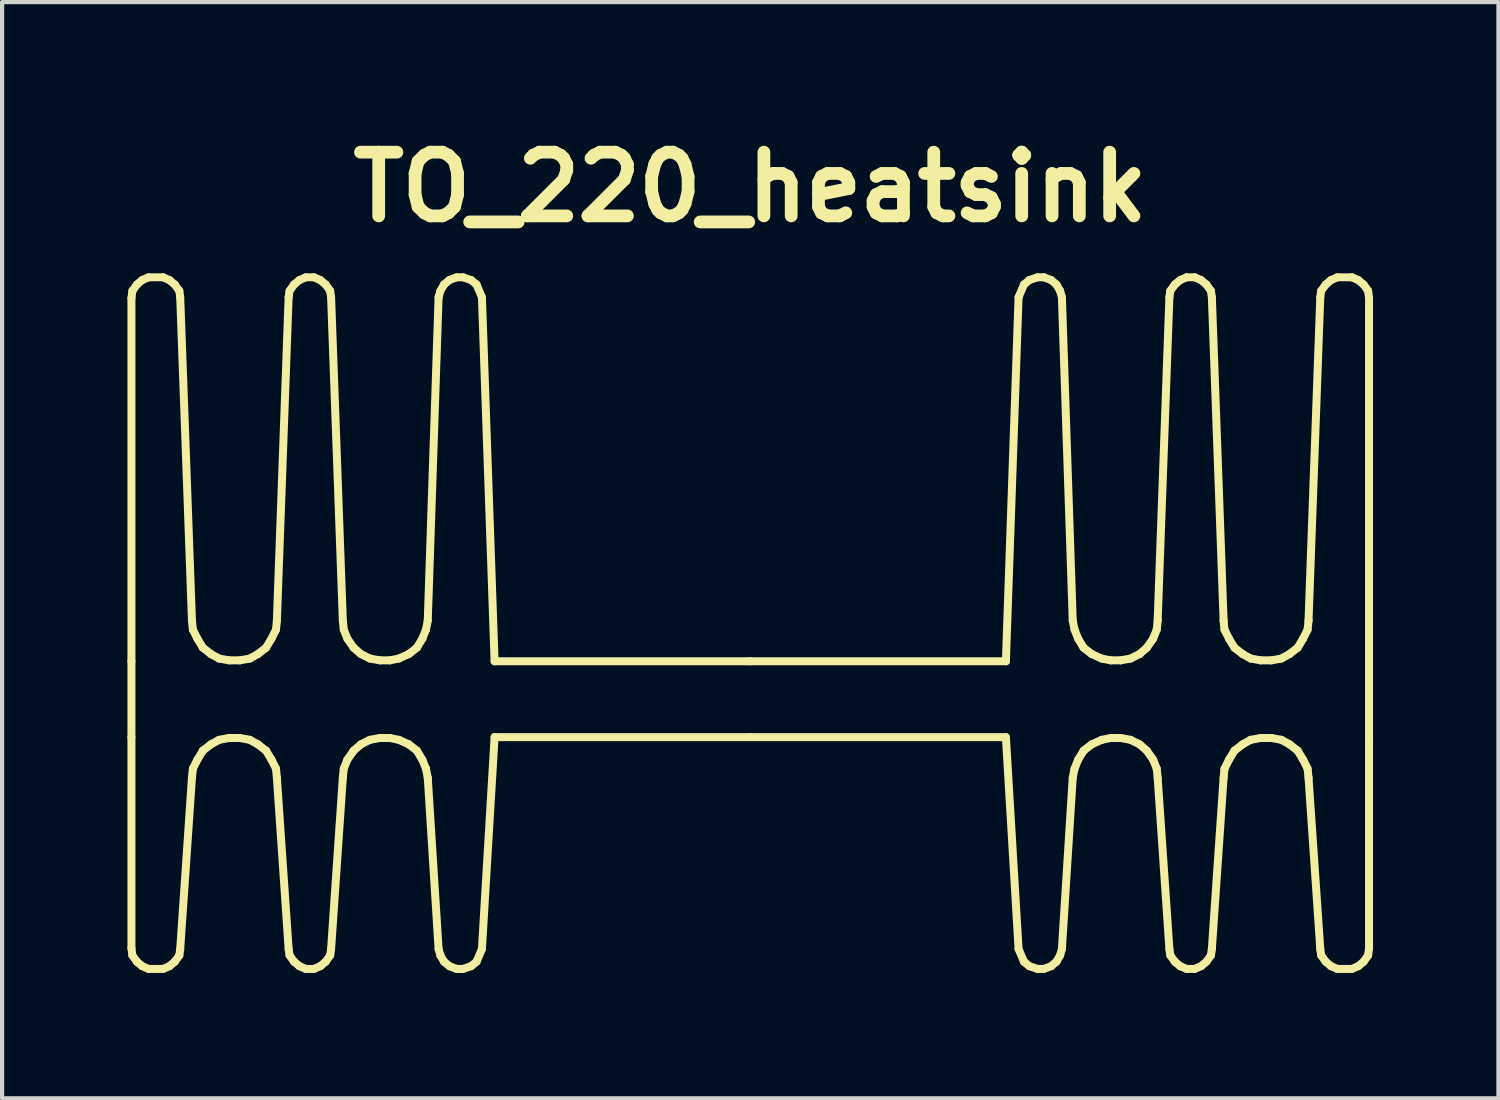
<source format=kicad_pcb>
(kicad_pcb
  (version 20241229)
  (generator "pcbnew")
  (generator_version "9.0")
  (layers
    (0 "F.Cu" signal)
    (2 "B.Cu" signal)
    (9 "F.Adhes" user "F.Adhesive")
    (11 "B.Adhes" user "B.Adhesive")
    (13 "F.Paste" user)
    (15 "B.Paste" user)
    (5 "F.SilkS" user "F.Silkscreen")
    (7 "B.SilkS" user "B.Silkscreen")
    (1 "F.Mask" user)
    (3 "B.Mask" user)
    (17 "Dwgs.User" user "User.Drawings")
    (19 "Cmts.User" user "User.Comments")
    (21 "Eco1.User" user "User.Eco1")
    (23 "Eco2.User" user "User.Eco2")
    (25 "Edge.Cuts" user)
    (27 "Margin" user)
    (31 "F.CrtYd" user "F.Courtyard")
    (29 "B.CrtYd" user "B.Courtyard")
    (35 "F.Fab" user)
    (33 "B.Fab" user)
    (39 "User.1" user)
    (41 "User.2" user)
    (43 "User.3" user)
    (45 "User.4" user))
  (footprint "TO_220_heatsink"
    (layer "F.Cu")
    (at 14.901 12.748)
    (property "Reference" "TO_220_heatsink" (at 0 -11.322 0) (layer "F.SilkS") (effects (font (size 1.524 1.524) (thickness 0.305))))
    (attr smd)
    (fp_line (start -14.806 -8.665) (end -14.784 -8.838) (stroke (width 0.191) (type solid)) (layer "F.SilkS"))
    (fp_line (start -14.806 0.024) (end -14.806 -8.665) (stroke (width 0.191) (type solid)) (layer "F.SilkS"))
    (fp_line (start -14.806 1.839) (end -14.806 0.024) (stroke (width 0.191) (type solid)) (layer "F.SilkS"))
    (fp_line (start -14.806 6.887) (end -14.806 1.839) (stroke (width 0.191) (type solid)) (layer "F.SilkS"))
    (fp_line (start -14.784 -8.838) (end -14.676 -8.99) (stroke (width 0.191) (type solid)) (layer "F.SilkS"))
    (fp_line (start -14.784 7.06) (end -14.806 6.887) (stroke (width 0.191) (type solid)) (layer "F.SilkS"))
    (fp_line (start -14.676 -8.99) (end -14.547 -9.098) (stroke (width 0.191) (type solid)) (layer "F.SilkS"))
    (fp_line (start -14.676 7.212) (end -14.784 7.06) (stroke (width 0.191) (type solid)) (layer "F.SilkS"))
    (fp_line (start -14.547 -9.098) (end -14.395 -9.163) (stroke (width 0.191) (type solid)) (layer "F.SilkS"))
    (fp_line (start -14.547 7.32) (end -14.676 7.212) (stroke (width 0.191) (type solid)) (layer "F.SilkS"))
    (fp_line (start -14.395 -9.163) (end -14.049 -9.163) (stroke (width 0.191) (type solid)) (layer "F.SilkS"))
    (fp_line (start -14.395 7.385) (end -14.547 7.32) (stroke (width 0.191) (type solid)) (layer "F.SilkS"))
    (fp_line (start -14.049 -9.163) (end -13.898 -9.098) (stroke (width 0.191) (type solid)) (layer "F.SilkS"))
    (fp_line (start -14.049 7.385) (end -14.395 7.385) (stroke (width 0.191) (type solid)) (layer "F.SilkS"))
    (fp_line (start -13.898 -9.098) (end -13.769 -8.99) (stroke (width 0.191) (type solid)) (layer "F.SilkS"))
    (fp_line (start -13.898 7.32) (end -14.049 7.385) (stroke (width 0.191) (type solid)) (layer "F.SilkS"))
    (fp_line (start -13.769 -8.99) (end -13.66 -8.838) (stroke (width 0.191) (type solid)) (layer "F.SilkS"))
    (fp_line (start -13.769 7.212) (end -13.898 7.32) (stroke (width 0.191) (type solid)) (layer "F.SilkS"))
    (fp_line (start -13.66 -8.838) (end -13.639 -8.687) (stroke (width 0.191) (type solid)) (layer "F.SilkS"))
    (fp_line (start -13.66 7.06) (end -13.769 7.212) (stroke (width 0.191) (type solid)) (layer "F.SilkS"))
    (fp_line (start -13.639 -8.687) (end -13.358 -0.949) (stroke (width 0.191) (type solid)) (layer "F.SilkS"))
    (fp_line (start -13.639 6.909) (end -13.66 7.06) (stroke (width 0.191) (type solid)) (layer "F.SilkS"))
    (fp_line (start -13.358 -0.949) (end -13.336 -0.733) (stroke (width 0.191) (type solid)) (layer "F.SilkS"))
    (fp_line (start -13.358 2.811) (end -13.639 6.909) (stroke (width 0.191) (type solid)) (layer "F.SilkS"))
    (fp_line (start -13.336 -0.733) (end -13.228 -0.517) (stroke (width 0.191) (type solid)) (layer "F.SilkS"))
    (fp_line (start -13.336 2.595) (end -13.358 2.811) (stroke (width 0.191) (type solid)) (layer "F.SilkS"))
    (fp_line (start -13.228 -0.517) (end -13.098 -0.301) (stroke (width 0.191) (type solid)) (layer "F.SilkS"))
    (fp_line (start -13.228 2.379) (end -13.336 2.595) (stroke (width 0.191) (type solid)) (layer "F.SilkS"))
    (fp_line (start -13.098 -0.301) (end -12.904 -0.149) (stroke (width 0.191) (type solid)) (layer "F.SilkS"))
    (fp_line (start -13.098 2.163) (end -13.228 2.379) (stroke (width 0.191) (type solid)) (layer "F.SilkS"))
    (fp_line (start -12.904 -0.149) (end -12.709 -0.041) (stroke (width 0.191) (type solid)) (layer "F.SilkS"))
    (fp_line (start -12.904 2.012) (end -13.098 2.163) (stroke (width 0.191) (type solid)) (layer "F.SilkS"))
    (fp_line (start -12.709 -0.041) (end -12.471 0.002) (stroke (width 0.191) (type solid)) (layer "F.SilkS"))
    (fp_line (start -12.709 1.904) (end -12.904 2.012) (stroke (width 0.191) (type solid)) (layer "F.SilkS"))
    (fp_line (start -12.471 0.002) (end -12.212 0.002) (stroke (width 0.191) (type solid)) (layer "F.SilkS"))
    (fp_line (start -12.471 1.86) (end -12.709 1.904) (stroke (width 0.191) (type solid)) (layer "F.SilkS"))
    (fp_line (start -12.212 0.002) (end -11.974 -0.041) (stroke (width 0.191) (type solid)) (layer "F.SilkS"))
    (fp_line (start -12.212 1.86) (end -12.471 1.86) (stroke (width 0.191) (type solid)) (layer "F.SilkS"))
    (fp_line (start -11.974 -0.041) (end -11.78 -0.149) (stroke (width 0.191) (type solid)) (layer "F.SilkS"))
    (fp_line (start -11.974 1.904) (end -12.212 1.86) (stroke (width 0.191) (type solid)) (layer "F.SilkS"))
    (fp_line (start -11.78 -0.149) (end -11.585 -0.301) (stroke (width 0.191) (type solid)) (layer "F.SilkS"))
    (fp_line (start -11.78 2.012) (end -11.974 1.904) (stroke (width 0.191) (type solid)) (layer "F.SilkS"))
    (fp_line (start -11.585 -0.301) (end -11.455 -0.517) (stroke (width 0.191) (type solid)) (layer "F.SilkS"))
    (fp_line (start -11.585 2.163) (end -11.78 2.012) (stroke (width 0.191) (type solid)) (layer "F.SilkS"))
    (fp_line (start -11.455 -0.517) (end -11.347 -0.733) (stroke (width 0.191) (type solid)) (layer "F.SilkS"))
    (fp_line (start -11.455 2.379) (end -11.585 2.163) (stroke (width 0.191) (type solid)) (layer "F.SilkS"))
    (fp_line (start -11.347 -0.733) (end -11.326 -0.949) (stroke (width 0.191) (type solid)) (layer "F.SilkS"))
    (fp_line (start -11.347 2.595) (end -11.455 2.379) (stroke (width 0.191) (type solid)) (layer "F.SilkS"))
    (fp_line (start -11.326 -0.949) (end -11.045 -8.687) (stroke (width 0.191) (type solid)) (layer "F.SilkS"))
    (fp_line (start -11.326 2.811) (end -11.347 2.595) (stroke (width 0.191) (type solid)) (layer "F.SilkS"))
    (fp_line (start -11.045 -8.687) (end -11.023 -8.838) (stroke (width 0.191) (type solid)) (layer "F.SilkS"))
    (fp_line (start -11.045 6.909) (end -11.326 2.811) (stroke (width 0.191) (type solid)) (layer "F.SilkS"))
    (fp_line (start -11.023 -8.838) (end -10.915 -8.99) (stroke (width 0.191) (type solid)) (layer "F.SilkS"))
    (fp_line (start -11.023 7.06) (end -11.045 6.909) (stroke (width 0.191) (type solid)) (layer "F.SilkS"))
    (fp_line (start -10.915 -8.99) (end -10.785 -9.098) (stroke (width 0.191) (type solid)) (layer "F.SilkS"))
    (fp_line (start -10.915 7.212) (end -11.023 7.06) (stroke (width 0.191) (type solid)) (layer "F.SilkS"))
    (fp_line (start -10.785 -9.098) (end -10.634 -9.163) (stroke (width 0.191) (type solid)) (layer "F.SilkS"))
    (fp_line (start -10.785 7.32) (end -10.915 7.212) (stroke (width 0.191) (type solid)) (layer "F.SilkS"))
    (fp_line (start -10.634 -9.163) (end -10.44 -9.163) (stroke (width 0.191) (type solid)) (layer "F.SilkS"))
    (fp_line (start -10.634 7.385) (end -10.785 7.32) (stroke (width 0.191) (type solid)) (layer "F.SilkS"))
    (fp_line (start -10.44 -9.163) (end -10.288 -9.098) (stroke (width 0.191) (type solid)) (layer "F.SilkS"))
    (fp_line (start -10.44 7.385) (end -10.634 7.385) (stroke (width 0.191) (type solid)) (layer "F.SilkS"))
    (fp_line (start -10.288 -9.098) (end -10.159 -8.99) (stroke (width 0.191) (type solid)) (layer "F.SilkS"))
    (fp_line (start -10.288 7.32) (end -10.44 7.385) (stroke (width 0.191) (type solid)) (layer "F.SilkS"))
    (fp_line (start -10.159 -8.99) (end -10.051 -8.838) (stroke (width 0.191) (type solid)) (layer "F.SilkS"))
    (fp_line (start -10.159 7.212) (end -10.288 7.32) (stroke (width 0.191) (type solid)) (layer "F.SilkS"))
    (fp_line (start -10.051 -8.838) (end -10.029 -8.687) (stroke (width 0.191) (type solid)) (layer "F.SilkS"))
    (fp_line (start -10.051 7.06) (end -10.159 7.212) (stroke (width 0.191) (type solid)) (layer "F.SilkS"))
    (fp_line (start -10.029 -8.687) (end -9.748 -0.949) (stroke (width 0.191) (type solid)) (layer "F.SilkS"))
    (fp_line (start -10.029 6.909) (end -10.051 7.06) (stroke (width 0.191) (type solid)) (layer "F.SilkS"))
    (fp_line (start -9.748 -0.949) (end -9.726 -0.733) (stroke (width 0.191) (type solid)) (layer "F.SilkS"))
    (fp_line (start -9.748 2.811) (end -10.029 6.909) (stroke (width 0.191) (type solid)) (layer "F.SilkS"))
    (fp_line (start -9.726 -0.733) (end -9.64 -0.517) (stroke (width 0.191) (type solid)) (layer "F.SilkS"))
    (fp_line (start -9.726 2.595) (end -9.748 2.811) (stroke (width 0.191) (type solid)) (layer "F.SilkS"))
    (fp_line (start -9.64 -0.517) (end -9.489 -0.301) (stroke (width 0.191) (type solid)) (layer "F.SilkS"))
    (fp_line (start -9.64 2.379) (end -9.726 2.595) (stroke (width 0.191) (type solid)) (layer "F.SilkS"))
    (fp_line (start -9.489 -0.301) (end -9.316 -0.149) (stroke (width 0.191) (type solid)) (layer "F.SilkS"))
    (fp_line (start -9.489 2.163) (end -9.64 2.379) (stroke (width 0.191) (type solid)) (layer "F.SilkS"))
    (fp_line (start -9.316 -0.149) (end -9.1 -0.041) (stroke (width 0.191) (type solid)) (layer "F.SilkS"))
    (fp_line (start -9.316 2.012) (end -9.489 2.163) (stroke (width 0.191) (type solid)) (layer "F.SilkS"))
    (fp_line (start -9.1 -0.041) (end -8.862 0.002) (stroke (width 0.191) (type solid)) (layer "F.SilkS"))
    (fp_line (start -9.1 1.904) (end -9.316 2.012) (stroke (width 0.191) (type solid)) (layer "F.SilkS"))
    (fp_line (start -8.862 0.002) (end -8.624 0.002) (stroke (width 0.191) (type solid)) (layer "F.SilkS"))
    (fp_line (start -8.862 1.86) (end -9.1 1.904) (stroke (width 0.191) (type solid)) (layer "F.SilkS"))
    (fp_line (start -8.624 0.002) (end -8.408 -0.041) (stroke (width 0.191) (type solid)) (layer "F.SilkS"))
    (fp_line (start -8.624 1.86) (end -8.862 1.86) (stroke (width 0.191) (type solid)) (layer "F.SilkS"))
    (fp_line (start -8.408 -0.041) (end -8.17 -0.149) (stroke (width 0.191) (type solid)) (layer "F.SilkS"))
    (fp_line (start -8.408 1.904) (end -8.624 1.86) (stroke (width 0.191) (type solid)) (layer "F.SilkS"))
    (fp_line (start -8.17 -0.149) (end -7.976 -0.301) (stroke (width 0.191) (type solid)) (layer "F.SilkS"))
    (fp_line (start -8.17 2.012) (end -8.408 1.904) (stroke (width 0.191) (type solid)) (layer "F.SilkS"))
    (fp_line (start -7.976 -0.301) (end -7.846 -0.517) (stroke (width 0.191) (type solid)) (layer "F.SilkS"))
    (fp_line (start -7.976 2.163) (end -8.17 2.012) (stroke (width 0.191) (type solid)) (layer "F.SilkS"))
    (fp_line (start -7.846 -0.517) (end -7.759 -0.733) (stroke (width 0.191) (type solid)) (layer "F.SilkS"))
    (fp_line (start -7.846 2.379) (end -7.976 2.163) (stroke (width 0.191) (type solid)) (layer "F.SilkS"))
    (fp_line (start -7.759 -0.733) (end -7.716 -0.949) (stroke (width 0.191) (type solid)) (layer "F.SilkS"))
    (fp_line (start -7.759 2.595) (end -7.846 2.379) (stroke (width 0.191) (type solid)) (layer "F.SilkS"))
    (fp_line (start -7.716 -0.949) (end -7.457 -8.687) (stroke (width 0.191) (type solid)) (layer "F.SilkS"))
    (fp_line (start -7.716 2.811) (end -7.759 2.595) (stroke (width 0.191) (type solid)) (layer "F.SilkS"))
    (fp_line (start -7.457 -8.687) (end -7.414 -8.838) (stroke (width 0.191) (type solid)) (layer "F.SilkS"))
    (fp_line (start -7.457 6.909) (end -7.716 2.811) (stroke (width 0.191) (type solid)) (layer "F.SilkS"))
    (fp_line (start -7.414 -8.838) (end -7.327 -8.99) (stroke (width 0.191) (type solid)) (layer "F.SilkS"))
    (fp_line (start -7.414 7.06) (end -7.457 6.909) (stroke (width 0.191) (type solid)) (layer "F.SilkS"))
    (fp_line (start -7.327 -8.99) (end -7.198 -9.098) (stroke (width 0.191) (type solid)) (layer "F.SilkS"))
    (fp_line (start -7.327 7.212) (end -7.414 7.06) (stroke (width 0.191) (type solid)) (layer "F.SilkS"))
    (fp_line (start -7.198 -9.098) (end -7.025 -9.163) (stroke (width 0.191) (type solid)) (layer "F.SilkS"))
    (fp_line (start -7.198 7.32) (end -7.327 7.212) (stroke (width 0.191) (type solid)) (layer "F.SilkS"))
    (fp_line (start -7.025 -9.163) (end -6.874 -9.163) (stroke (width 0.191) (type solid)) (layer "F.SilkS"))
    (fp_line (start -7.025 7.385) (end -7.198 7.32) (stroke (width 0.191) (type solid)) (layer "F.SilkS"))
    (fp_line (start -6.874 -9.163) (end -6.679 -9.098) (stroke (width 0.191) (type solid)) (layer "F.SilkS"))
    (fp_line (start -6.874 7.385) (end -7.025 7.385) (stroke (width 0.191) (type solid)) (layer "F.SilkS"))
    (fp_line (start -6.679 -9.098) (end -6.549 -8.99) (stroke (width 0.191) (type solid)) (layer "F.SilkS"))
    (fp_line (start -6.679 7.32) (end -6.874 7.385) (stroke (width 0.191) (type solid)) (layer "F.SilkS"))
    (fp_line (start -6.549 -8.99) (end -6.42 -8.687) (stroke (width 0.191) (type solid)) (layer "F.SilkS"))
    (fp_line (start -6.549 7.212) (end -6.679 7.32) (stroke (width 0.191) (type solid)) (layer "F.SilkS"))
    (fp_line (start -6.42 -8.687) (end -6.117 0.024) (stroke (width 0.191) (type solid)) (layer "F.SilkS"))
    (fp_line (start -6.42 6.909) (end -6.549 7.212) (stroke (width 0.191) (type solid)) (layer "F.SilkS"))
    (fp_line (start -6.117 0.024) (end 0 0.024) (stroke (width 0.191) (type solid)) (layer "F.SilkS"))
    (fp_line (start -6.117 1.839) (end -6.42 6.909) (stroke (width 0.191) (type solid)) (layer "F.SilkS"))
    (fp_line (start 0 0.024) (end 6.117 0.024) (stroke (width 0.191) (type solid)) (layer "F.SilkS"))
    (fp_line (start 0 1.839) (end -6.117 1.839) (stroke (width 0.191) (type solid)) (layer "F.SilkS"))
    (fp_line (start 6.117 0.024) (end 6.42 -8.687) (stroke (width 0.191) (type solid)) (layer "F.SilkS"))
    (fp_line (start 6.117 1.839) (end 0 1.839) (stroke (width 0.191) (type solid)) (layer "F.SilkS"))
    (fp_line (start 6.42 -8.687) (end 6.549 -8.99) (stroke (width 0.191) (type solid)) (layer "F.SilkS"))
    (fp_line (start 6.42 6.909) (end 6.117 1.839) (stroke (width 0.191) (type solid)) (layer "F.SilkS"))
    (fp_line (start 6.549 -8.99) (end 6.679 -9.098) (stroke (width 0.191) (type solid)) (layer "F.SilkS"))
    (fp_line (start 6.549 7.212) (end 6.42 6.909) (stroke (width 0.191) (type solid)) (layer "F.SilkS"))
    (fp_line (start 6.679 -9.098) (end 6.874 -9.163) (stroke (width 0.191) (type solid)) (layer "F.SilkS"))
    (fp_line (start 6.679 7.32) (end 6.549 7.212) (stroke (width 0.191) (type solid)) (layer "F.SilkS"))
    (fp_line (start 6.874 -9.163) (end 7.025 -9.163) (stroke (width 0.191) (type solid)) (layer "F.SilkS"))
    (fp_line (start 6.874 7.385) (end 6.679 7.32) (stroke (width 0.191) (type solid)) (layer "F.SilkS"))
    (fp_line (start 7.025 -9.163) (end 7.198 -9.098) (stroke (width 0.191) (type solid)) (layer "F.SilkS"))
    (fp_line (start 7.025 7.385) (end 6.874 7.385) (stroke (width 0.191) (type solid)) (layer "F.SilkS"))
    (fp_line (start 7.198 -9.098) (end 7.327 -8.99) (stroke (width 0.191) (type solid)) (layer "F.SilkS"))
    (fp_line (start 7.198 7.32) (end 7.025 7.385) (stroke (width 0.191) (type solid)) (layer "F.SilkS"))
    (fp_line (start 7.327 -8.99) (end 7.414 -8.838) (stroke (width 0.191) (type solid)) (layer "F.SilkS"))
    (fp_line (start 7.327 7.212) (end 7.198 7.32) (stroke (width 0.191) (type solid)) (layer "F.SilkS"))
    (fp_line (start 7.414 -8.838) (end 7.457 -8.687) (stroke (width 0.191) (type solid)) (layer "F.SilkS"))
    (fp_line (start 7.414 7.06) (end 7.327 7.212) (stroke (width 0.191) (type solid)) (layer "F.SilkS"))
    (fp_line (start 7.457 -8.687) (end 7.716 -0.949) (stroke (width 0.191) (type solid)) (layer "F.SilkS"))
    (fp_line (start 7.457 6.909) (end 7.414 7.06) (stroke (width 0.191) (type solid)) (layer "F.SilkS"))
    (fp_line (start 7.716 -0.949) (end 7.759 -0.733) (stroke (width 0.191) (type solid)) (layer "F.SilkS"))
    (fp_line (start 7.716 2.811) (end 7.457 6.909) (stroke (width 0.191) (type solid)) (layer "F.SilkS"))
    (fp_line (start 7.759 -0.733) (end 7.846 -0.517) (stroke (width 0.191) (type solid)) (layer "F.SilkS"))
    (fp_line (start 7.759 2.595) (end 7.716 2.811) (stroke (width 0.191) (type solid)) (layer "F.SilkS"))
    (fp_line (start 7.846 -0.517) (end 7.976 -0.301) (stroke (width 0.191) (type solid)) (layer "F.SilkS"))
    (fp_line (start 7.846 2.379) (end 7.759 2.595) (stroke (width 0.191) (type solid)) (layer "F.SilkS"))
    (fp_line (start 7.976 -0.301) (end 8.17 -0.149) (stroke (width 0.191) (type solid)) (layer "F.SilkS"))
    (fp_line (start 7.976 2.163) (end 7.846 2.379) (stroke (width 0.191) (type solid)) (layer "F.SilkS"))
    (fp_line (start 8.17 -0.149) (end 8.408 -0.041) (stroke (width 0.191) (type solid)) (layer "F.SilkS"))
    (fp_line (start 8.17 2.012) (end 7.976 2.163) (stroke (width 0.191) (type solid)) (layer "F.SilkS"))
    (fp_line (start 8.408 -0.041) (end 8.624 0.002) (stroke (width 0.191) (type solid)) (layer "F.SilkS"))
    (fp_line (start 8.408 1.904) (end 8.17 2.012) (stroke (width 0.191) (type solid)) (layer "F.SilkS"))
    (fp_line (start 8.624 0.002) (end 8.862 0.002) (stroke (width 0.191) (type solid)) (layer "F.SilkS"))
    (fp_line (start 8.624 1.86) (end 8.408 1.904) (stroke (width 0.191) (type solid)) (layer "F.SilkS"))
    (fp_line (start 8.862 0.002) (end 9.1 -0.041) (stroke (width 0.191) (type solid)) (layer "F.SilkS"))
    (fp_line (start 8.862 1.86) (end 8.624 1.86) (stroke (width 0.191) (type solid)) (layer "F.SilkS"))
    (fp_line (start 9.1 -0.041) (end 9.316 -0.149) (stroke (width 0.191) (type solid)) (layer "F.SilkS"))
    (fp_line (start 9.1 1.904) (end 8.862 1.86) (stroke (width 0.191) (type solid)) (layer "F.SilkS"))
    (fp_line (start 9.316 -0.149) (end 9.489 -0.301) (stroke (width 0.191) (type solid)) (layer "F.SilkS"))
    (fp_line (start 9.316 2.012) (end 9.1 1.904) (stroke (width 0.191) (type solid)) (layer "F.SilkS"))
    (fp_line (start 9.489 -0.301) (end 9.64 -0.517) (stroke (width 0.191) (type solid)) (layer "F.SilkS"))
    (fp_line (start 9.489 2.163) (end 9.316 2.012) (stroke (width 0.191) (type solid)) (layer "F.SilkS"))
    (fp_line (start 9.64 -0.517) (end 9.726 -0.733) (stroke (width 0.191) (type solid)) (layer "F.SilkS"))
    (fp_line (start 9.64 2.379) (end 9.489 2.163) (stroke (width 0.191) (type solid)) (layer "F.SilkS"))
    (fp_line (start 9.726 -0.733) (end 9.748 -0.949) (stroke (width 0.191) (type solid)) (layer "F.SilkS"))
    (fp_line (start 9.726 2.595) (end 9.64 2.379) (stroke (width 0.191) (type solid)) (layer "F.SilkS"))
    (fp_line (start 9.748 -0.949) (end 10.029 -8.687) (stroke (width 0.191) (type solid)) (layer "F.SilkS"))
    (fp_line (start 9.748 2.811) (end 9.726 2.595) (stroke (width 0.191) (type solid)) (layer "F.SilkS"))
    (fp_line (start 10.029 -8.687) (end 10.051 -8.838) (stroke (width 0.191) (type solid)) (layer "F.SilkS"))
    (fp_line (start 10.029 6.909) (end 9.748 2.811) (stroke (width 0.191) (type solid)) (layer "F.SilkS"))
    (fp_line (start 10.051 -8.838) (end 10.159 -8.99) (stroke (width 0.191) (type solid)) (layer "F.SilkS"))
    (fp_line (start 10.051 7.06) (end 10.029 6.909) (stroke (width 0.191) (type solid)) (layer "F.SilkS"))
    (fp_line (start 10.159 -8.99) (end 10.288 -9.098) (stroke (width 0.191) (type solid)) (layer "F.SilkS"))
    (fp_line (start 10.159 7.212) (end 10.051 7.06) (stroke (width 0.191) (type solid)) (layer "F.SilkS"))
    (fp_line (start 10.288 -9.098) (end 10.44 -9.163) (stroke (width 0.191) (type solid)) (layer "F.SilkS"))
    (fp_line (start 10.288 7.32) (end 10.159 7.212) (stroke (width 0.191) (type solid)) (layer "F.SilkS"))
    (fp_line (start 10.44 -9.163) (end 10.634 -9.163) (stroke (width 0.191) (type solid)) (layer "F.SilkS"))
    (fp_line (start 10.44 7.385) (end 10.288 7.32) (stroke (width 0.191) (type solid)) (layer "F.SilkS"))
    (fp_line (start 10.634 -9.163) (end 10.785 -9.098) (stroke (width 0.191) (type solid)) (layer "F.SilkS"))
    (fp_line (start 10.634 7.385) (end 10.44 7.385) (stroke (width 0.191) (type solid)) (layer "F.SilkS"))
    (fp_line (start 10.785 -9.098) (end 10.915 -8.99) (stroke (width 0.191) (type solid)) (layer "F.SilkS"))
    (fp_line (start 10.785 7.32) (end 10.634 7.385) (stroke (width 0.191) (type solid)) (layer "F.SilkS"))
    (fp_line (start 10.915 -8.99) (end 11.023 -8.838) (stroke (width 0.191) (type solid)) (layer "F.SilkS"))
    (fp_line (start 10.915 7.212) (end 10.785 7.32) (stroke (width 0.191) (type solid)) (layer "F.SilkS"))
    (fp_line (start 11.023 -8.838) (end 11.045 -8.687) (stroke (width 0.191) (type solid)) (layer "F.SilkS"))
    (fp_line (start 11.023 7.06) (end 10.915 7.212) (stroke (width 0.191) (type solid)) (layer "F.SilkS"))
    (fp_line (start 11.045 -8.687) (end 11.326 -0.949) (stroke (width 0.191) (type solid)) (layer "F.SilkS"))
    (fp_line (start 11.045 6.909) (end 11.023 7.06) (stroke (width 0.191) (type solid)) (layer "F.SilkS"))
    (fp_line (start 11.326 -0.949) (end 11.347 -0.733) (stroke (width 0.191) (type solid)) (layer "F.SilkS"))
    (fp_line (start 11.326 2.811) (end 11.045 6.909) (stroke (width 0.191) (type solid)) (layer "F.SilkS"))
    (fp_line (start 11.347 -0.733) (end 11.455 -0.517) (stroke (width 0.191) (type solid)) (layer "F.SilkS"))
    (fp_line (start 11.347 2.595) (end 11.326 2.811) (stroke (width 0.191) (type solid)) (layer "F.SilkS"))
    (fp_line (start 11.455 -0.517) (end 11.585 -0.301) (stroke (width 0.191) (type solid)) (layer "F.SilkS"))
    (fp_line (start 11.455 2.379) (end 11.347 2.595) (stroke (width 0.191) (type solid)) (layer "F.SilkS"))
    (fp_line (start 11.585 -0.301) (end 11.78 -0.149) (stroke (width 0.191) (type solid)) (layer "F.SilkS"))
    (fp_line (start 11.585 2.163) (end 11.455 2.379) (stroke (width 0.191) (type solid)) (layer "F.SilkS"))
    (fp_line (start 11.78 -0.149) (end 11.974 -0.041) (stroke (width 0.191) (type solid)) (layer "F.SilkS"))
    (fp_line (start 11.78 2.012) (end 11.585 2.163) (stroke (width 0.191) (type solid)) (layer "F.SilkS"))
    (fp_line (start 11.974 -0.041) (end 12.212 0.002) (stroke (width 0.191) (type solid)) (layer "F.SilkS"))
    (fp_line (start 11.974 1.904) (end 11.78 2.012) (stroke (width 0.191) (type solid)) (layer "F.SilkS"))
    (fp_line (start 12.212 0.002) (end 12.471 0.002) (stroke (width 0.191) (type solid)) (layer "F.SilkS"))
    (fp_line (start 12.212 1.86) (end 11.974 1.904) (stroke (width 0.191) (type solid)) (layer "F.SilkS"))
    (fp_line (start 12.471 0.002) (end 12.709 -0.041) (stroke (width 0.191) (type solid)) (layer "F.SilkS"))
    (fp_line (start 12.471 1.86) (end 12.212 1.86) (stroke (width 0.191) (type solid)) (layer "F.SilkS"))
    (fp_line (start 12.709 -0.041) (end 12.904 -0.149) (stroke (width 0.191) (type solid)) (layer "F.SilkS"))
    (fp_line (start 12.709 1.904) (end 12.471 1.86) (stroke (width 0.191) (type solid)) (layer "F.SilkS"))
    (fp_line (start 12.904 -0.149) (end 13.098 -0.301) (stroke (width 0.191) (type solid)) (layer "F.SilkS"))
    (fp_line (start 12.904 2.012) (end 12.709 1.904) (stroke (width 0.191) (type solid)) (layer "F.SilkS"))
    (fp_line (start 13.098 -0.301) (end 13.228 -0.517) (stroke (width 0.191) (type solid)) (layer "F.SilkS"))
    (fp_line (start 13.098 2.163) (end 12.904 2.012) (stroke (width 0.191) (type solid)) (layer "F.SilkS"))
    (fp_line (start 13.228 -0.517) (end 13.336 -0.733) (stroke (width 0.191) (type solid)) (layer "F.SilkS"))
    (fp_line (start 13.228 2.379) (end 13.098 2.163) (stroke (width 0.191) (type solid)) (layer "F.SilkS"))
    (fp_line (start 13.336 -0.733) (end 13.358 -0.949) (stroke (width 0.191) (type solid)) (layer "F.SilkS"))
    (fp_line (start 13.336 2.595) (end 13.228 2.379) (stroke (width 0.191) (type solid)) (layer "F.SilkS"))
    (fp_line (start 13.358 -0.949) (end 13.639 -8.687) (stroke (width 0.191) (type solid)) (layer "F.SilkS"))
    (fp_line (start 13.358 2.811) (end 13.336 2.595) (stroke (width 0.191) (type solid)) (layer "F.SilkS"))
    (fp_line (start 13.639 -8.687) (end 13.66 -8.838) (stroke (width 0.191) (type solid)) (layer "F.SilkS"))
    (fp_line (start 13.639 6.909) (end 13.358 2.811) (stroke (width 0.191) (type solid)) (layer "F.SilkS"))
    (fp_line (start 13.66 -8.838) (end 13.769 -8.99) (stroke (width 0.191) (type solid)) (layer "F.SilkS"))
    (fp_line (start 13.66 7.06) (end 13.639 6.909) (stroke (width 0.191) (type solid)) (layer "F.SilkS"))
    (fp_line (start 13.769 -8.99) (end 13.898 -9.098) (stroke (width 0.191) (type solid)) (layer "F.SilkS"))
    (fp_line (start 13.769 7.212) (end 13.66 7.06) (stroke (width 0.191) (type solid)) (layer "F.SilkS"))
    (fp_line (start 13.898 -9.098) (end 14.049 -9.163) (stroke (width 0.191) (type solid)) (layer "F.SilkS"))
    (fp_line (start 13.898 7.32) (end 13.769 7.212) (stroke (width 0.191) (type solid)) (layer "F.SilkS"))
    (fp_line (start 14.049 -9.163) (end 14.395 -9.163) (stroke (width 0.191) (type solid)) (layer "F.SilkS"))
    (fp_line (start 14.049 7.385) (end 13.898 7.32) (stroke (width 0.191) (type solid)) (layer "F.SilkS"))
    (fp_line (start 14.395 -9.163) (end 14.547 -9.098) (stroke (width 0.191) (type solid)) (layer "F.SilkS"))
    (fp_line (start 14.395 7.385) (end 14.049 7.385) (stroke (width 0.191) (type solid)) (layer "F.SilkS"))
    (fp_line (start 14.547 -9.098) (end 14.676 -8.99) (stroke (width 0.191) (type solid)) (layer "F.SilkS"))
    (fp_line (start 14.547 7.32) (end 14.395 7.385) (stroke (width 0.191) (type solid)) (layer "F.SilkS"))
    (fp_line (start 14.676 -8.99) (end 14.784 -8.838) (stroke (width 0.191) (type solid)) (layer "F.SilkS"))
    (fp_line (start 14.676 7.212) (end 14.547 7.32) (stroke (width 0.191) (type solid)) (layer "F.SilkS"))
    (fp_line (start 14.784 -8.838) (end 14.806 -8.665) (stroke (width 0.191) (type solid)) (layer "F.SilkS"))
    (fp_line (start 14.784 7.06) (end 14.676 7.212) (stroke (width 0.191) (type solid)) (layer "F.SilkS"))
    (fp_line (start 14.806 -8.665) (end 14.806 0.024) (stroke (width 0.191) (type solid)) (layer "F.SilkS"))
    (fp_line (start 14.806 0.024) (end 14.806 1.839) (stroke (width 0.191) (type solid)) (layer "F.SilkS"))
    (fp_line (start 14.806 1.839) (end 14.806 6.887) (stroke (width 0.191) (type solid)) (layer "F.SilkS"))
    (fp_line (start 14.806 6.887) (end 14.784 7.06) (stroke (width 0.191) (type solid)) (layer "F.SilkS")))
  (gr_rect
    (start -3 -3)
    (end 32.803 23.228)
    (stroke (width 0.1) (type default))
    (fill no)
    (layer "Edge.Cuts")))
</source>
